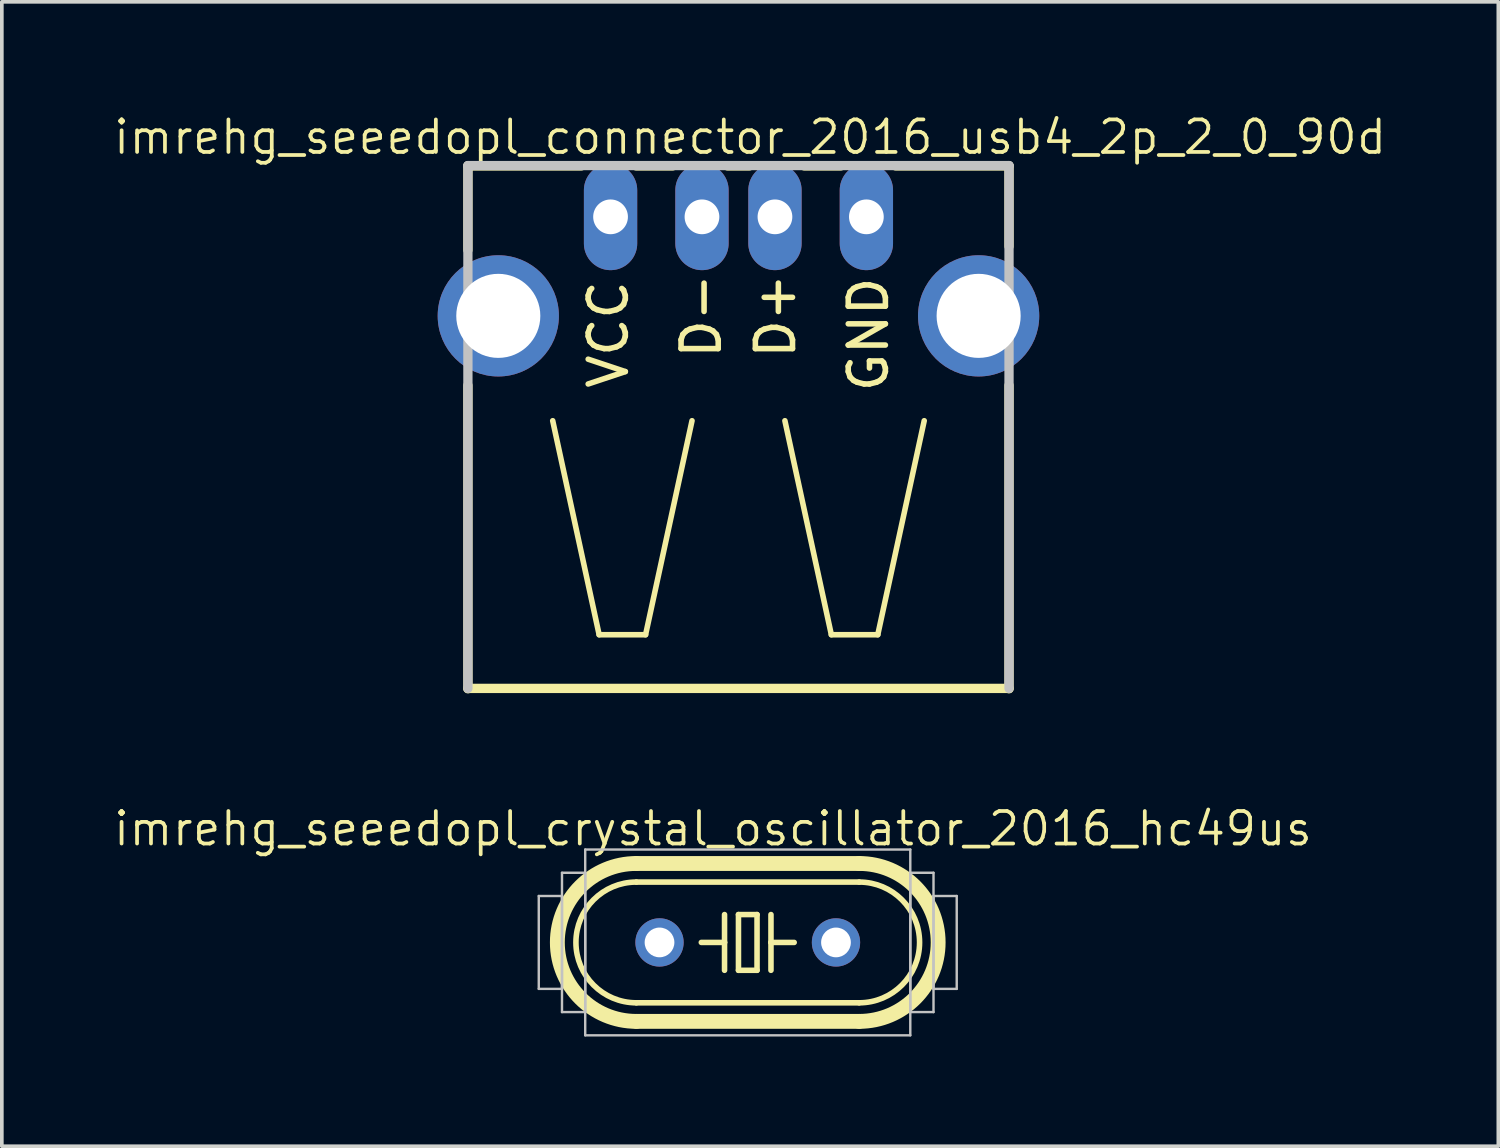
<source format=kicad_pcb>
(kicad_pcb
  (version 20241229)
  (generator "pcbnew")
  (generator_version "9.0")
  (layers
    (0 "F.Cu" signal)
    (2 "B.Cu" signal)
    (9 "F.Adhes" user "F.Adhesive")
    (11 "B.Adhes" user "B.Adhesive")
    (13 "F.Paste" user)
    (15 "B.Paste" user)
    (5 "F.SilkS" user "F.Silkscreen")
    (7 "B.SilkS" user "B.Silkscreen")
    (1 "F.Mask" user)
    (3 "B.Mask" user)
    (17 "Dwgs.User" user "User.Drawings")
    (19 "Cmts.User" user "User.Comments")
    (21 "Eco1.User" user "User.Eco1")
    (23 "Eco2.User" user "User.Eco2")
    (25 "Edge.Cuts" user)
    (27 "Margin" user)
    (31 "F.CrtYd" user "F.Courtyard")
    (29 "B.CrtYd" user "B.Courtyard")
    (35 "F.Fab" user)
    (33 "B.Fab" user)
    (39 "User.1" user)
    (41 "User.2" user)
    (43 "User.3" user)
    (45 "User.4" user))
  (footprint "imrehg_seeedopl_crystal_oscillator_2016_hc49us"
    (layer "F.Cu")
    (at 17.399 22.723)
    (property "Reference" "imrehg_seeedopl_crystal_oscillator_2016_hc49us" (at -0.953 -3.111 0) (layer "F.SilkS") (effects (font (size 0.889 0.889) (thickness 0.102))))
    (attr exclude_from_pos_files exclude_from_bom)
    (fp_line (start -3.048 -2.159) (end 3.048 -2.159) (stroke (width 0.406) (type solid)) (layer "F.SilkS"))
    (fp_line (start -3.048 1.651) (end 3.048 1.651) (stroke (width 0.152) (type solid)) (layer "F.SilkS"))
    (fp_line (start -3.048 2.159) (end 3.048 2.159) (stroke (width 0.406) (type solid)) (layer "F.SilkS"))
    (fp_line (start -0.635 -0.762) (end -0.635 0) (stroke (width 0.152) (type solid)) (layer "F.SilkS"))
    (fp_line (start -0.635 0) (end -1.27 0) (stroke (width 0.152) (type solid)) (layer "F.SilkS"))
    (fp_line (start -0.635 0) (end -0.635 0.762) (stroke (width 0.152) (type solid)) (layer "F.SilkS"))
    (fp_line (start -0.254 -0.762) (end 0.254 -0.762) (stroke (width 0.152) (type solid)) (layer "F.SilkS"))
    (fp_line (start -0.254 0.762) (end -0.254 -0.762) (stroke (width 0.152) (type solid)) (layer "F.SilkS"))
    (fp_line (start 0.254 -0.762) (end 0.254 0.762) (stroke (width 0.152) (type solid)) (layer "F.SilkS"))
    (fp_line (start 0.254 0.762) (end -0.254 0.762) (stroke (width 0.152) (type solid)) (layer "F.SilkS"))
    (fp_line (start 0.635 -0.762) (end 0.635 0) (stroke (width 0.152) (type solid)) (layer "F.SilkS"))
    (fp_line (start 0.635 0) (end 0.635 0.762) (stroke (width 0.152) (type solid)) (layer "F.SilkS"))
    (fp_line (start 0.635 0) (end 1.27 0) (stroke (width 0.152) (type solid)) (layer "F.SilkS"))
    (fp_line (start 3.048 -1.651) (end -3.048 -1.651) (stroke (width 0.152) (type solid)) (layer "F.SilkS"))
    (fp_arc (start -3.048 1.651) (mid -4.699 0) (end -3.048 -1.651) (stroke (width 0.1524) (type solid)) (layer "F.SilkS"))
    (fp_arc (start -3.048 2.159) (mid -5.207 0) (end -3.048 -2.159) (stroke (width 0.4064) (type solid)) (layer "F.SilkS"))
    (fp_arc (start 3.048 -2.159) (mid 5.207 0) (end 3.048 2.159) (stroke (width 0.4064) (type solid)) (layer "F.SilkS"))
    (fp_arc (start 3.048 -1.651) (mid 4.699 0) (end 3.048 1.651) (stroke (width 0.1524) (type solid)) (layer "F.SilkS"))
    (fp_line (start -5.715 -1.27) (end -5.08 -1.27) (stroke (width 0.066) (type solid)) (layer "Dwgs.User"))
    (fp_line (start -5.715 1.27) (end -5.715 -1.27) (stroke (width 0.066) (type solid)) (layer "Dwgs.User"))
    (fp_line (start -5.715 1.27) (end -5.08 1.27) (stroke (width 0.066) (type solid)) (layer "Dwgs.User"))
    (fp_line (start -5.08 -1.905) (end -4.445 -1.905) (stroke (width 0.066) (type solid)) (layer "Dwgs.User"))
    (fp_line (start -5.08 1.27) (end -5.08 -1.27) (stroke (width 0.066) (type solid)) (layer "Dwgs.User"))
    (fp_line (start -5.08 1.905) (end -5.08 -1.905) (stroke (width 0.066) (type solid)) (layer "Dwgs.User"))
    (fp_line (start -5.08 1.905) (end -4.445 1.905) (stroke (width 0.066) (type solid)) (layer "Dwgs.User"))
    (fp_line (start -4.445 -2.54) (end 4.445 -2.54) (stroke (width 0.066) (type solid)) (layer "Dwgs.User"))
    (fp_line (start -4.445 1.905) (end -4.445 -1.905) (stroke (width 0.066) (type solid)) (layer "Dwgs.User"))
    (fp_line (start -4.445 2.54) (end -4.445 -2.54) (stroke (width 0.066) (type solid)) (layer "Dwgs.User"))
    (fp_line (start -4.445 2.54) (end 4.445 2.54) (stroke (width 0.066) (type solid)) (layer "Dwgs.User"))
    (fp_line (start 4.445 -1.905) (end 5.08 -1.905) (stroke (width 0.066) (type solid)) (layer "Dwgs.User"))
    (fp_line (start 4.445 1.905) (end 4.445 -1.905) (stroke (width 0.066) (type solid)) (layer "Dwgs.User"))
    (fp_line (start 4.445 1.905) (end 5.08 1.905) (stroke (width 0.066) (type solid)) (layer "Dwgs.User"))
    (fp_line (start 4.445 2.54) (end 4.445 -2.54) (stroke (width 0.066) (type solid)) (layer "Dwgs.User"))
    (fp_line (start 5.08 -1.27) (end 5.715 -1.27) (stroke (width 0.066) (type solid)) (layer "Dwgs.User"))
    (fp_line (start 5.08 1.27) (end 5.08 -1.27) (stroke (width 0.066) (type solid)) (layer "Dwgs.User"))
    (fp_line (start 5.08 1.27) (end 5.715 1.27) (stroke (width 0.066) (type solid)) (layer "Dwgs.User"))
    (fp_line (start 5.08 1.905) (end 5.08 -1.905) (stroke (width 0.066) (type solid)) (layer "Dwgs.User"))
    (fp_line (start 5.715 1.27) (end 5.715 -1.27) (stroke (width 0.066) (type solid)) (layer "Dwgs.User"))
    (pad "1" thru_hole circle (at -2.413 0) (size 1.321 1.321) (drill 0.813) (layers "*.Cu" "*.Paste" "*.Mask"))
    (pad "2" thru_hole circle (at 2.413 0) (size 1.321 1.321) (drill 0.813) (layers "*.Cu" "*.Paste" "*.Mask")))
  (footprint "imrehg_seeedopl_connector_2016_usb4_2p_2_0_90d"
    (layer "F.Cu")
    (at 17.145 5.588)
    (property "Reference" "imrehg_seeedopl_connector_2016_usb4_2p_2_0_90d" (at 0.318 -4.889 0) (layer "F.SilkS") (effects (font (size 0.889 0.889) (thickness 0.102))))
    (attr exclude_from_pos_files exclude_from_bom)
    (fp_line (start -7.399 -4.1) (end -7.399 -1.798) (stroke (width 0.254) (type solid)) (layer "F.SilkS"))
    (fp_line (start -7.399 10.188) (end 7.399 10.188) (stroke (width 0.254) (type solid)) (layer "F.SilkS"))
    (fp_line (start -7.399 10.198) (end -7.399 1.9) (stroke (width 0.254) (type solid)) (layer "F.SilkS"))
    (fp_line (start -5.08 2.868) (end -3.81 8.72) (stroke (width 0.152) (type solid)) (layer "F.SilkS"))
    (fp_line (start -4.298 -4.1) (end -7.399 -4.1) (stroke (width 0.254) (type solid)) (layer "F.SilkS"))
    (fp_line (start -3.81 8.72) (end -2.54 8.72) (stroke (width 0.152) (type solid)) (layer "F.SilkS"))
    (fp_line (start -2.799 -4.1) (end -1.798 -4.1) (stroke (width 0.254) (type solid)) (layer "F.SilkS"))
    (fp_line (start -2.54 8.72) (end -1.27 2.868) (stroke (width 0.152) (type solid)) (layer "F.SilkS"))
    (fp_line (start -0.3 -4.1) (end 0.3 -4.1) (stroke (width 0.254) (type solid)) (layer "F.SilkS"))
    (fp_line (start 1.27 2.868) (end 2.54 8.72) (stroke (width 0.152) (type solid)) (layer "F.SilkS"))
    (fp_line (start 1.798 -4.1) (end 2.799 -4.1) (stroke (width 0.254) (type solid)) (layer "F.SilkS"))
    (fp_line (start 2.54 8.72) (end 3.81 8.72) (stroke (width 0.152) (type solid)) (layer "F.SilkS"))
    (fp_line (start 3.81 8.72) (end 5.08 2.868) (stroke (width 0.152) (type solid)) (layer "F.SilkS"))
    (fp_line (start 4.298 -4.1) (end 7.399 -4.1) (stroke (width 0.254) (type solid)) (layer "F.SilkS"))
    (fp_line (start 7.399 -4.1) (end 7.399 -1.9) (stroke (width 0.254) (type solid)) (layer "F.SilkS"))
    (fp_line (start 7.399 1.9) (end 7.399 10.198) (stroke (width 0.254) (type solid)) (layer "F.SilkS"))
    (fp_line (start -7.399 -4.11) (end -7.399 10.188) (stroke (width 0.254) (type solid)) (layer "Dwgs.User"))
    (fp_line (start 7.399 -4.11) (end -7.399 -4.11) (stroke (width 0.254) (type solid)) (layer "Dwgs.User"))
    (fp_line (start 7.399 10.188) (end 7.399 -4.11) (stroke (width 0.254) (type solid)) (layer "Dwgs.User"))
    (fp_text user "D+" (at 1.016 0 270) (layer "F.SilkS") (effects (font (size 1.016 1.016) (thickness 0.152))))
    (fp_text user "D-" (at -1.016 0 270) (layer "F.SilkS") (effects (font (size 1.016 1.016) (thickness 0.152))))
    (fp_text user "VCC" (at -3.556 0.508 270) (layer "F.SilkS") (effects (font (size 1.016 1.016) (thickness 0.152))))
    (fp_text user "GND" (at 3.556 0.508 270) (layer "F.SilkS") (effects (font (size 1.016 1.016) (thickness 0.152))))
    (pad "1" thru_hole oval (at -3.498 -2.708 180) (size 1.458 2.916) (drill 0.95) (layers "*.Cu" "*.Paste" "*.Mask"))
    (pad "2" thru_hole oval (at -0.998 -2.708 180) (size 1.458 2.916) (drill 0.95) (layers "*.Cu" "*.Paste" "*.Mask"))
    (pad "3" thru_hole oval (at 0.998 -2.708 180) (size 1.458 2.916) (drill 0.95) (layers "*.Cu" "*.Paste" "*.Mask"))
    (pad "4" thru_hole oval (at 3.498 -2.708 180) (size 1.458 2.916) (drill 0.95) (layers "*.Cu" "*.Paste" "*.Mask"))
    (pad "SG1" thru_hole circle (at -6.568 0 180) (size 3.315 3.315) (drill 2.299) (layers "*.Cu" "*.Paste" "*.Mask"))
    (pad "SG2" thru_hole circle (at 6.568 0 180) (size 3.315 3.315) (drill 2.299) (layers "*.Cu" "*.Paste" "*.Mask")))
  (gr_rect
    (start -3 -3)
    (end 37.925 28.296)
    (stroke (width 0.1) (type default))
    (fill no)
    (layer "Edge.Cuts")))
</source>
